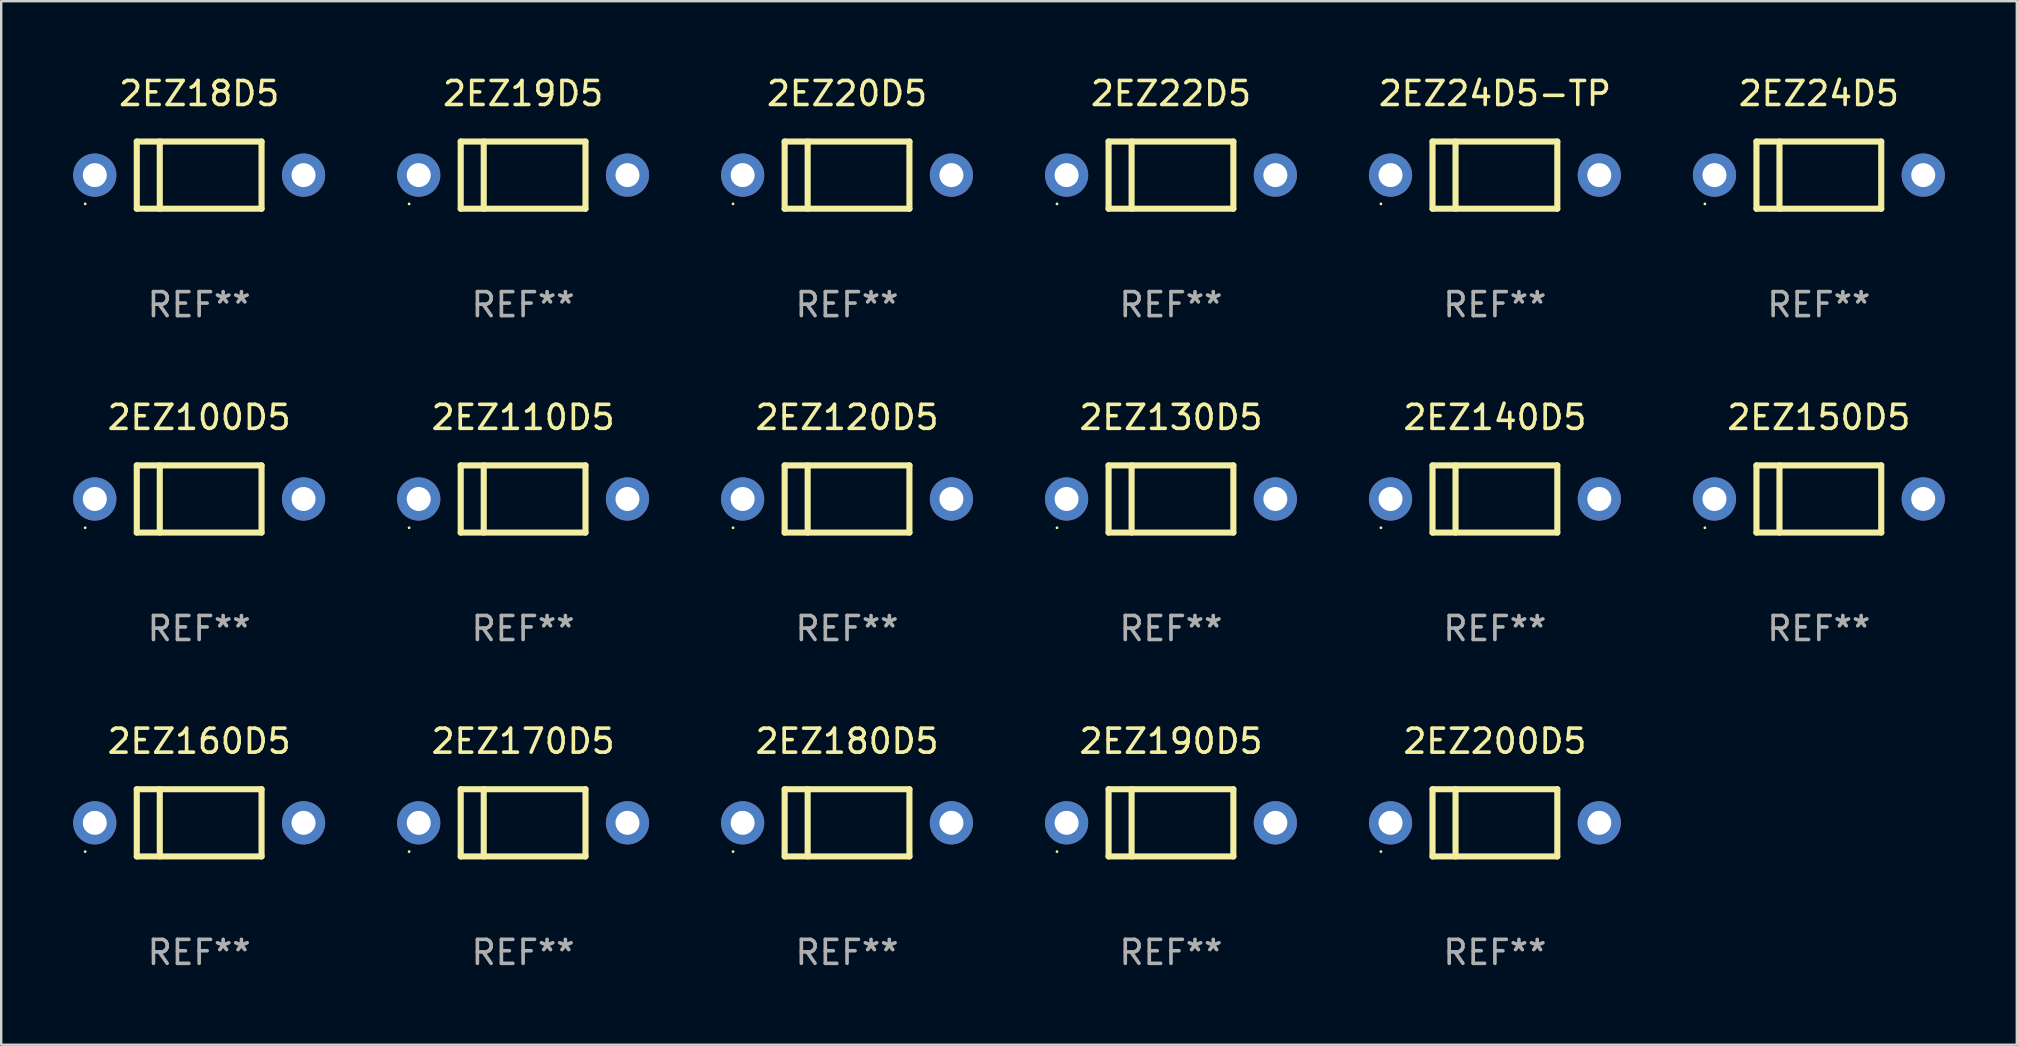
<source format=kicad_pcb>
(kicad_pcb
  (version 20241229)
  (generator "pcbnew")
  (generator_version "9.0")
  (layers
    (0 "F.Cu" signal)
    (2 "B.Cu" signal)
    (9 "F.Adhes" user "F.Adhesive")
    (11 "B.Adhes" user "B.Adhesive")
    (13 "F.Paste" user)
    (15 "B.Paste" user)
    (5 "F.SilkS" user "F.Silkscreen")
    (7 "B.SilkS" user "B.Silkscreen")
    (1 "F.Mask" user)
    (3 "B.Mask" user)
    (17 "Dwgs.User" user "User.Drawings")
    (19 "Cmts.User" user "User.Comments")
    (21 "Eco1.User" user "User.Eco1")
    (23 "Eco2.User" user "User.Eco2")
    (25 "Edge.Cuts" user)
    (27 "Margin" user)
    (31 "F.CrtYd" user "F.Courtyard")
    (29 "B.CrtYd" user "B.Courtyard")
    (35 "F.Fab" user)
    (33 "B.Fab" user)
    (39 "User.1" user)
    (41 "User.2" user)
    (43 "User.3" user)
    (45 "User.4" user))
  (footprint "2EZ100D5"
    (layer "F.Cu")
    (at 5.25 17.745)
    (property "Reference" "2EZ100D5" (at 0 -3.4 0) (layer "F.SilkS") (effects (font (size 1 1) (thickness 0.15))))
    (attr through_hole)
    (fp_line (start -2.6 -1.4) (end -2.6 1.4) (stroke (width 0.254) (type solid)) (layer "F.SilkS"))
    (fp_line (start -2.6 -1.4) (end 2.6 -1.4) (stroke (width 0.254) (type solid)) (layer "F.SilkS"))
    (fp_line (start -2.6 1.4) (end 2.6 1.4) (stroke (width 0.254) (type solid)) (layer "F.SilkS"))
    (fp_line (start -1.641 -1.4) (end -1.641 1.4) (stroke (width 0.254) (type solid)) (layer "F.SilkS"))
    (fp_line (start 2.6 -1.4) (end 2.6 1.4) (stroke (width 0.254) (type solid)) (layer "F.SilkS"))
    (fp_circle (center -4.75 1.2) (end -4.72 1.2) (stroke (width 0.06) (type solid)) (fill no) (layer "F.SilkS"))
    (fp_text user "REF**" (at 0 5.4 0) (layer "F.Fab") (effects (font (size 1 1) (thickness 0.15))))
    (pad "1" thru_hole circle (at -4.35 0) (size 1.8 1.8) (drill 1) (layers "*.Cu" "*.Mask"))
    (pad "2" thru_hole circle (at 4.35 0) (size 1.8 1.8) (drill 1) (layers "*.Cu" "*.Mask")))
  (footprint "2EZ160D5"
    (layer "F.Cu")
    (at 5.25 31.241)
    (property "Reference" "2EZ160D5" (at 0 -3.4 0) (layer "F.SilkS") (effects (font (size 1 1) (thickness 0.15))))
    (attr through_hole)
    (fp_line (start -2.6 -1.4) (end -2.6 1.4) (stroke (width 0.254) (type solid)) (layer "F.SilkS"))
    (fp_line (start -2.6 -1.4) (end 2.6 -1.4) (stroke (width 0.254) (type solid)) (layer "F.SilkS"))
    (fp_line (start -2.6 1.4) (end 2.6 1.4) (stroke (width 0.254) (type solid)) (layer "F.SilkS"))
    (fp_line (start -1.641 -1.4) (end -1.641 1.4) (stroke (width 0.254) (type solid)) (layer "F.SilkS"))
    (fp_line (start 2.6 -1.4) (end 2.6 1.4) (stroke (width 0.254) (type solid)) (layer "F.SilkS"))
    (fp_circle (center -4.75 1.2) (end -4.72 1.2) (stroke (width 0.06) (type solid)) (fill no) (layer "F.SilkS"))
    (fp_text user "REF**" (at 0 5.4 0) (layer "F.Fab") (effects (font (size 1 1) (thickness 0.15))))
    (pad "1" thru_hole circle (at -4.35 0) (size 1.8 1.8) (drill 1) (layers "*.Cu" "*.Mask"))
    (pad "2" thru_hole circle (at 4.35 0) (size 1.8 1.8) (drill 1) (layers "*.Cu" "*.Mask")))
  (footprint "2EZ24D5"
    (layer "F.Cu")
    (at 72.75 4.248)
    (property "Reference" "2EZ24D5" (at 0 -3.4 0) (layer "F.SilkS") (effects (font (size 1 1) (thickness 0.15))))
    (attr through_hole)
    (fp_line (start -2.6 -1.4) (end -2.6 1.4) (stroke (width 0.254) (type solid)) (layer "F.SilkS"))
    (fp_line (start -2.6 -1.4) (end 2.6 -1.4) (stroke (width 0.254) (type solid)) (layer "F.SilkS"))
    (fp_line (start -2.6 1.4) (end 2.6 1.4) (stroke (width 0.254) (type solid)) (layer "F.SilkS"))
    (fp_line (start -1.641 -1.4) (end -1.641 1.4) (stroke (width 0.254) (type solid)) (layer "F.SilkS"))
    (fp_line (start 2.6 -1.4) (end 2.6 1.4) (stroke (width 0.254) (type solid)) (layer "F.SilkS"))
    (fp_circle (center -4.75 1.2) (end -4.72 1.2) (stroke (width 0.06) (type solid)) (fill no) (layer "F.SilkS"))
    (fp_text user "REF**" (at 0 5.4 0) (layer "F.Fab") (effects (font (size 1 1) (thickness 0.15))))
    (pad "1" thru_hole circle (at -4.35 0) (size 1.8 1.8) (drill 1) (layers "*.Cu" "*.Mask"))
    (pad "2" thru_hole circle (at 4.35 0) (size 1.8 1.8) (drill 1) (layers "*.Cu" "*.Mask")))
  (footprint "2EZ24D5-TP"
    (layer "F.Cu")
    (at 59.25 4.248)
    (property "Reference" "2EZ24D5-TP" (at 0 -3.4 0) (layer "F.SilkS") (effects (font (size 1 1) (thickness 0.15))))
    (attr through_hole)
    (fp_line (start -2.6 -1.4) (end -2.6 1.4) (stroke (width 0.254) (type solid)) (layer "F.SilkS"))
    (fp_line (start -2.6 -1.4) (end 2.6 -1.4) (stroke (width 0.254) (type solid)) (layer "F.SilkS"))
    (fp_line (start -2.6 1.4) (end 2.6 1.4) (stroke (width 0.254) (type solid)) (layer "F.SilkS"))
    (fp_line (start -1.641 -1.4) (end -1.641 1.4) (stroke (width 0.254) (type solid)) (layer "F.SilkS"))
    (fp_line (start 2.6 -1.4) (end 2.6 1.4) (stroke (width 0.254) (type solid)) (layer "F.SilkS"))
    (fp_circle (center -4.75 1.2) (end -4.72 1.2) (stroke (width 0.06) (type solid)) (fill no) (layer "F.SilkS"))
    (fp_text user "REF**" (at 0 5.4 0) (layer "F.Fab") (effects (font (size 1 1) (thickness 0.15))))
    (pad "1" thru_hole circle (at -4.35 0) (size 1.8 1.8) (drill 1) (layers "*.Cu" "*.Mask"))
    (pad "2" thru_hole circle (at 4.35 0) (size 1.8 1.8) (drill 1) (layers "*.Cu" "*.Mask")))
  (footprint "2EZ20D5"
    (layer "F.Cu")
    (at 32.25 4.248)
    (property "Reference" "2EZ20D5" (at 0 -3.4 0) (layer "F.SilkS") (effects (font (size 1 1) (thickness 0.15))))
    (attr through_hole)
    (fp_line (start -2.6 -1.4) (end -2.6 1.4) (stroke (width 0.254) (type solid)) (layer "F.SilkS"))
    (fp_line (start -2.6 -1.4) (end 2.6 -1.4) (stroke (width 0.254) (type solid)) (layer "F.SilkS"))
    (fp_line (start -2.6 1.4) (end 2.6 1.4) (stroke (width 0.254) (type solid)) (layer "F.SilkS"))
    (fp_line (start -1.641 -1.4) (end -1.641 1.4) (stroke (width 0.254) (type solid)) (layer "F.SilkS"))
    (fp_line (start 2.6 -1.4) (end 2.6 1.4) (stroke (width 0.254) (type solid)) (layer "F.SilkS"))
    (fp_circle (center -4.75 1.2) (end -4.72 1.2) (stroke (width 0.06) (type solid)) (fill no) (layer "F.SilkS"))
    (fp_text user "REF**" (at 0 5.4 0) (layer "F.Fab") (effects (font (size 1 1) (thickness 0.15))))
    (pad "1" thru_hole circle (at -4.35 0) (size 1.8 1.8) (drill 1) (layers "*.Cu" "*.Mask"))
    (pad "2" thru_hole circle (at 4.35 0) (size 1.8 1.8) (drill 1) (layers "*.Cu" "*.Mask")))
  (footprint "2EZ190D5"
    (layer "F.Cu")
    (at 45.75 31.241)
    (property "Reference" "2EZ190D5" (at 0 -3.4 0) (layer "F.SilkS") (effects (font (size 1 1) (thickness 0.15))))
    (attr through_hole)
    (fp_line (start -2.6 -1.4) (end -2.6 1.4) (stroke (width 0.254) (type solid)) (layer "F.SilkS"))
    (fp_line (start -2.6 -1.4) (end 2.6 -1.4) (stroke (width 0.254) (type solid)) (layer "F.SilkS"))
    (fp_line (start -2.6 1.4) (end 2.6 1.4) (stroke (width 0.254) (type solid)) (layer "F.SilkS"))
    (fp_line (start -1.641 -1.4) (end -1.641 1.4) (stroke (width 0.254) (type solid)) (layer "F.SilkS"))
    (fp_line (start 2.6 -1.4) (end 2.6 1.4) (stroke (width 0.254) (type solid)) (layer "F.SilkS"))
    (fp_circle (center -4.75 1.2) (end -4.72 1.2) (stroke (width 0.06) (type solid)) (fill no) (layer "F.SilkS"))
    (fp_text user "REF**" (at 0 5.4 0) (layer "F.Fab") (effects (font (size 1 1) (thickness 0.15))))
    (pad "1" thru_hole circle (at -4.35 0) (size 1.8 1.8) (drill 1) (layers "*.Cu" "*.Mask"))
    (pad "2" thru_hole circle (at 4.35 0) (size 1.8 1.8) (drill 1) (layers "*.Cu" "*.Mask")))
  (footprint "2EZ180D5"
    (layer "F.Cu")
    (at 32.25 31.241)
    (property "Reference" "2EZ180D5" (at 0 -3.4 0) (layer "F.SilkS") (effects (font (size 1 1) (thickness 0.15))))
    (attr through_hole)
    (fp_line (start -2.6 -1.4) (end -2.6 1.4) (stroke (width 0.254) (type solid)) (layer "F.SilkS"))
    (fp_line (start -2.6 -1.4) (end 2.6 -1.4) (stroke (width 0.254) (type solid)) (layer "F.SilkS"))
    (fp_line (start -2.6 1.4) (end 2.6 1.4) (stroke (width 0.254) (type solid)) (layer "F.SilkS"))
    (fp_line (start -1.641 -1.4) (end -1.641 1.4) (stroke (width 0.254) (type solid)) (layer "F.SilkS"))
    (fp_line (start 2.6 -1.4) (end 2.6 1.4) (stroke (width 0.254) (type solid)) (layer "F.SilkS"))
    (fp_circle (center -4.75 1.2) (end -4.72 1.2) (stroke (width 0.06) (type solid)) (fill no) (layer "F.SilkS"))
    (fp_text user "REF**" (at 0 5.4 0) (layer "F.Fab") (effects (font (size 1 1) (thickness 0.15))))
    (pad "1" thru_hole circle (at -4.35 0) (size 1.8 1.8) (drill 1) (layers "*.Cu" "*.Mask"))
    (pad "2" thru_hole circle (at 4.35 0) (size 1.8 1.8) (drill 1) (layers "*.Cu" "*.Mask")))
  (footprint "2EZ150D5"
    (layer "F.Cu")
    (at 72.75 17.745)
    (property "Reference" "2EZ150D5" (at 0 -3.4 0) (layer "F.SilkS") (effects (font (size 1 1) (thickness 0.15))))
    (attr through_hole)
    (fp_line (start -2.6 -1.4) (end -2.6 1.4) (stroke (width 0.254) (type solid)) (layer "F.SilkS"))
    (fp_line (start -2.6 -1.4) (end 2.6 -1.4) (stroke (width 0.254) (type solid)) (layer "F.SilkS"))
    (fp_line (start -2.6 1.4) (end 2.6 1.4) (stroke (width 0.254) (type solid)) (layer "F.SilkS"))
    (fp_line (start -1.641 -1.4) (end -1.641 1.4) (stroke (width 0.254) (type solid)) (layer "F.SilkS"))
    (fp_line (start 2.6 -1.4) (end 2.6 1.4) (stroke (width 0.254) (type solid)) (layer "F.SilkS"))
    (fp_circle (center -4.75 1.2) (end -4.72 1.2) (stroke (width 0.06) (type solid)) (fill no) (layer "F.SilkS"))
    (fp_text user "REF**" (at 0 5.4 0) (layer "F.Fab") (effects (font (size 1 1) (thickness 0.15))))
    (pad "1" thru_hole circle (at -4.35 0) (size 1.8 1.8) (drill 1) (layers "*.Cu" "*.Mask"))
    (pad "2" thru_hole circle (at 4.35 0) (size 1.8 1.8) (drill 1) (layers "*.Cu" "*.Mask")))
  (footprint "2EZ170D5"
    (layer "F.Cu")
    (at 18.75 31.241)
    (property "Reference" "2EZ170D5" (at 0 -3.4 0) (layer "F.SilkS") (effects (font (size 1 1) (thickness 0.15))))
    (attr through_hole)
    (fp_line (start -2.6 -1.4) (end -2.6 1.4) (stroke (width 0.254) (type solid)) (layer "F.SilkS"))
    (fp_line (start -2.6 -1.4) (end 2.6 -1.4) (stroke (width 0.254) (type solid)) (layer "F.SilkS"))
    (fp_line (start -2.6 1.4) (end 2.6 1.4) (stroke (width 0.254) (type solid)) (layer "F.SilkS"))
    (fp_line (start -1.641 -1.4) (end -1.641 1.4) (stroke (width 0.254) (type solid)) (layer "F.SilkS"))
    (fp_line (start 2.6 -1.4) (end 2.6 1.4) (stroke (width 0.254) (type solid)) (layer "F.SilkS"))
    (fp_circle (center -4.75 1.2) (end -4.72 1.2) (stroke (width 0.06) (type solid)) (fill no) (layer "F.SilkS"))
    (fp_text user "REF**" (at 0 5.4 0) (layer "F.Fab") (effects (font (size 1 1) (thickness 0.15))))
    (pad "1" thru_hole circle (at -4.35 0) (size 1.8 1.8) (drill 1) (layers "*.Cu" "*.Mask"))
    (pad "2" thru_hole circle (at 4.35 0) (size 1.8 1.8) (drill 1) (layers "*.Cu" "*.Mask")))
  (footprint "2EZ200D5"
    (layer "F.Cu")
    (at 59.25 31.241)
    (property "Reference" "2EZ200D5" (at 0 -3.4 0) (layer "F.SilkS") (effects (font (size 1 1) (thickness 0.15))))
    (attr through_hole)
    (fp_line (start -2.6 -1.4) (end -2.6 1.4) (stroke (width 0.254) (type solid)) (layer "F.SilkS"))
    (fp_line (start -2.6 -1.4) (end 2.6 -1.4) (stroke (width 0.254) (type solid)) (layer "F.SilkS"))
    (fp_line (start -2.6 1.4) (end 2.6 1.4) (stroke (width 0.254) (type solid)) (layer "F.SilkS"))
    (fp_line (start -1.641 -1.4) (end -1.641 1.4) (stroke (width 0.254) (type solid)) (layer "F.SilkS"))
    (fp_line (start 2.6 -1.4) (end 2.6 1.4) (stroke (width 0.254) (type solid)) (layer "F.SilkS"))
    (fp_circle (center -4.75 1.2) (end -4.72 1.2) (stroke (width 0.06) (type solid)) (fill no) (layer "F.SilkS"))
    (fp_text user "REF**" (at 0 5.4 0) (layer "F.Fab") (effects (font (size 1 1) (thickness 0.15))))
    (pad "1" thru_hole circle (at -4.35 0) (size 1.8 1.8) (drill 1) (layers "*.Cu" "*.Mask"))
    (pad "2" thru_hole circle (at 4.35 0) (size 1.8 1.8) (drill 1) (layers "*.Cu" "*.Mask")))
  (footprint "2EZ140D5"
    (layer "F.Cu")
    (at 59.25 17.745)
    (property "Reference" "2EZ140D5" (at 0 -3.4 0) (layer "F.SilkS") (effects (font (size 1 1) (thickness 0.15))))
    (attr through_hole)
    (fp_line (start -2.6 -1.4) (end -2.6 1.4) (stroke (width 0.254) (type solid)) (layer "F.SilkS"))
    (fp_line (start -2.6 -1.4) (end 2.6 -1.4) (stroke (width 0.254) (type solid)) (layer "F.SilkS"))
    (fp_line (start -2.6 1.4) (end 2.6 1.4) (stroke (width 0.254) (type solid)) (layer "F.SilkS"))
    (fp_line (start -1.641 -1.4) (end -1.641 1.4) (stroke (width 0.254) (type solid)) (layer "F.SilkS"))
    (fp_line (start 2.6 -1.4) (end 2.6 1.4) (stroke (width 0.254) (type solid)) (layer "F.SilkS"))
    (fp_circle (center -4.75 1.2) (end -4.72 1.2) (stroke (width 0.06) (type solid)) (fill no) (layer "F.SilkS"))
    (fp_text user "REF**" (at 0 5.4 0) (layer "F.Fab") (effects (font (size 1 1) (thickness 0.15))))
    (pad "1" thru_hole circle (at -4.35 0) (size 1.8 1.8) (drill 1) (layers "*.Cu" "*.Mask"))
    (pad "2" thru_hole circle (at 4.35 0) (size 1.8 1.8) (drill 1) (layers "*.Cu" "*.Mask")))
  (footprint "2EZ18D5"
    (layer "F.Cu")
    (at 5.25 4.248)
    (property "Reference" "2EZ18D5" (at 0 -3.4 0) (layer "F.SilkS") (effects (font (size 1 1) (thickness 0.15))))
    (attr through_hole)
    (fp_line (start -2.6 -1.4) (end -2.6 1.4) (stroke (width 0.254) (type solid)) (layer "F.SilkS"))
    (fp_line (start -2.6 -1.4) (end 2.6 -1.4) (stroke (width 0.254) (type solid)) (layer "F.SilkS"))
    (fp_line (start -2.6 1.4) (end 2.6 1.4) (stroke (width 0.254) (type solid)) (layer "F.SilkS"))
    (fp_line (start -1.641 -1.4) (end -1.641 1.4) (stroke (width 0.254) (type solid)) (layer "F.SilkS"))
    (fp_line (start 2.6 -1.4) (end 2.6 1.4) (stroke (width 0.254) (type solid)) (layer "F.SilkS"))
    (fp_circle (center -4.75 1.2) (end -4.72 1.2) (stroke (width 0.06) (type solid)) (fill no) (layer "F.SilkS"))
    (fp_text user "REF**" (at 0 5.4 0) (layer "F.Fab") (effects (font (size 1 1) (thickness 0.15))))
    (pad "1" thru_hole circle (at -4.35 0) (size 1.8 1.8) (drill 1) (layers "*.Cu" "*.Mask"))
    (pad "2" thru_hole circle (at 4.35 0) (size 1.8 1.8) (drill 1) (layers "*.Cu" "*.Mask")))
  (footprint "2EZ130D5"
    (layer "F.Cu")
    (at 45.75 17.745)
    (property "Reference" "2EZ130D5" (at 0 -3.4 0) (layer "F.SilkS") (effects (font (size 1 1) (thickness 0.15))))
    (attr through_hole)
    (fp_line (start -2.6 -1.4) (end -2.6 1.4) (stroke (width 0.254) (type solid)) (layer "F.SilkS"))
    (fp_line (start -2.6 -1.4) (end 2.6 -1.4) (stroke (width 0.254) (type solid)) (layer "F.SilkS"))
    (fp_line (start -2.6 1.4) (end 2.6 1.4) (stroke (width 0.254) (type solid)) (layer "F.SilkS"))
    (fp_line (start -1.641 -1.4) (end -1.641 1.4) (stroke (width 0.254) (type solid)) (layer "F.SilkS"))
    (fp_line (start 2.6 -1.4) (end 2.6 1.4) (stroke (width 0.254) (type solid)) (layer "F.SilkS"))
    (fp_circle (center -4.75 1.2) (end -4.72 1.2) (stroke (width 0.06) (type solid)) (fill no) (layer "F.SilkS"))
    (fp_text user "REF**" (at 0 5.4 0) (layer "F.Fab") (effects (font (size 1 1) (thickness 0.15))))
    (pad "1" thru_hole circle (at -4.35 0) (size 1.8 1.8) (drill 1) (layers "*.Cu" "*.Mask"))
    (pad "2" thru_hole circle (at 4.35 0) (size 1.8 1.8) (drill 1) (layers "*.Cu" "*.Mask")))
  (footprint "2EZ22D5"
    (layer "F.Cu")
    (at 45.75 4.248)
    (property "Reference" "2EZ22D5" (at 0 -3.4 0) (layer "F.SilkS") (effects (font (size 1 1) (thickness 0.15))))
    (attr through_hole)
    (fp_line (start -2.6 -1.4) (end -2.6 1.4) (stroke (width 0.254) (type solid)) (layer "F.SilkS"))
    (fp_line (start -2.6 -1.4) (end 2.6 -1.4) (stroke (width 0.254) (type solid)) (layer "F.SilkS"))
    (fp_line (start -2.6 1.4) (end 2.6 1.4) (stroke (width 0.254) (type solid)) (layer "F.SilkS"))
    (fp_line (start -1.641 -1.4) (end -1.641 1.4) (stroke (width 0.254) (type solid)) (layer "F.SilkS"))
    (fp_line (start 2.6 -1.4) (end 2.6 1.4) (stroke (width 0.254) (type solid)) (layer "F.SilkS"))
    (fp_circle (center -4.75 1.2) (end -4.72 1.2) (stroke (width 0.06) (type solid)) (fill no) (layer "F.SilkS"))
    (fp_text user "REF**" (at 0 5.4 0) (layer "F.Fab") (effects (font (size 1 1) (thickness 0.15))))
    (pad "1" thru_hole circle (at -4.35 0) (size 1.8 1.8) (drill 1) (layers "*.Cu" "*.Mask"))
    (pad "2" thru_hole circle (at 4.35 0) (size 1.8 1.8) (drill 1) (layers "*.Cu" "*.Mask")))
  (footprint "2EZ19D5"
    (layer "F.Cu")
    (at 18.75 4.248)
    (property "Reference" "2EZ19D5" (at 0 -3.4 0) (layer "F.SilkS") (effects (font (size 1 1) (thickness 0.15))))
    (attr through_hole)
    (fp_line (start -2.6 -1.4) (end -2.6 1.4) (stroke (width 0.254) (type solid)) (layer "F.SilkS"))
    (fp_line (start -2.6 -1.4) (end 2.6 -1.4) (stroke (width 0.254) (type solid)) (layer "F.SilkS"))
    (fp_line (start -2.6 1.4) (end 2.6 1.4) (stroke (width 0.254) (type solid)) (layer "F.SilkS"))
    (fp_line (start -1.641 -1.4) (end -1.641 1.4) (stroke (width 0.254) (type solid)) (layer "F.SilkS"))
    (fp_line (start 2.6 -1.4) (end 2.6 1.4) (stroke (width 0.254) (type solid)) (layer "F.SilkS"))
    (fp_circle (center -4.75 1.2) (end -4.72 1.2) (stroke (width 0.06) (type solid)) (fill no) (layer "F.SilkS"))
    (fp_text user "REF**" (at 0 5.4 0) (layer "F.Fab") (effects (font (size 1 1) (thickness 0.15))))
    (pad "1" thru_hole circle (at -4.35 0) (size 1.8 1.8) (drill 1) (layers "*.Cu" "*.Mask"))
    (pad "2" thru_hole circle (at 4.35 0) (size 1.8 1.8) (drill 1) (layers "*.Cu" "*.Mask")))
  (footprint "2EZ110D5"
    (layer "F.Cu")
    (at 18.75 17.745)
    (property "Reference" "2EZ110D5" (at 0 -3.4 0) (layer "F.SilkS") (effects (font (size 1 1) (thickness 0.15))))
    (attr through_hole)
    (fp_line (start -2.6 -1.4) (end -2.6 1.4) (stroke (width 0.254) (type solid)) (layer "F.SilkS"))
    (fp_line (start -2.6 -1.4) (end 2.6 -1.4) (stroke (width 0.254) (type solid)) (layer "F.SilkS"))
    (fp_line (start -2.6 1.4) (end 2.6 1.4) (stroke (width 0.254) (type solid)) (layer "F.SilkS"))
    (fp_line (start -1.641 -1.4) (end -1.641 1.4) (stroke (width 0.254) (type solid)) (layer "F.SilkS"))
    (fp_line (start 2.6 -1.4) (end 2.6 1.4) (stroke (width 0.254) (type solid)) (layer "F.SilkS"))
    (fp_circle (center -4.75 1.2) (end -4.72 1.2) (stroke (width 0.06) (type solid)) (fill no) (layer "F.SilkS"))
    (fp_text user "REF**" (at 0 5.4 0) (layer "F.Fab") (effects (font (size 1 1) (thickness 0.15))))
    (pad "1" thru_hole circle (at -4.35 0) (size 1.8 1.8) (drill 1) (layers "*.Cu" "*.Mask"))
    (pad "2" thru_hole circle (at 4.35 0) (size 1.8 1.8) (drill 1) (layers "*.Cu" "*.Mask")))
  (footprint "2EZ120D5"
    (layer "F.Cu")
    (at 32.25 17.745)
    (property "Reference" "2EZ120D5" (at 0 -3.4 0) (layer "F.SilkS") (effects (font (size 1 1) (thickness 0.15))))
    (attr through_hole)
    (fp_line (start -2.6 -1.4) (end -2.6 1.4) (stroke (width 0.254) (type solid)) (layer "F.SilkS"))
    (fp_line (start -2.6 -1.4) (end 2.6 -1.4) (stroke (width 0.254) (type solid)) (layer "F.SilkS"))
    (fp_line (start -2.6 1.4) (end 2.6 1.4) (stroke (width 0.254) (type solid)) (layer "F.SilkS"))
    (fp_line (start -1.641 -1.4) (end -1.641 1.4) (stroke (width 0.254) (type solid)) (layer "F.SilkS"))
    (fp_line (start 2.6 -1.4) (end 2.6 1.4) (stroke (width 0.254) (type solid)) (layer "F.SilkS"))
    (fp_circle (center -4.75 1.2) (end -4.72 1.2) (stroke (width 0.06) (type solid)) (fill no) (layer "F.SilkS"))
    (fp_text user "REF**" (at 0 5.4 0) (layer "F.Fab") (effects (font (size 1 1) (thickness 0.15))))
    (pad "1" thru_hole circle (at -4.35 0) (size 1.8 1.8) (drill 1) (layers "*.Cu" "*.Mask"))
    (pad "2" thru_hole circle (at 4.35 0) (size 1.8 1.8) (drill 1) (layers "*.Cu" "*.Mask")))
  (gr_rect
    (start -3 -3)
    (end 81 40.489)
    (stroke (width 0.1) (type default))
    (fill no)
    (layer "Edge.Cuts")))
</source>
